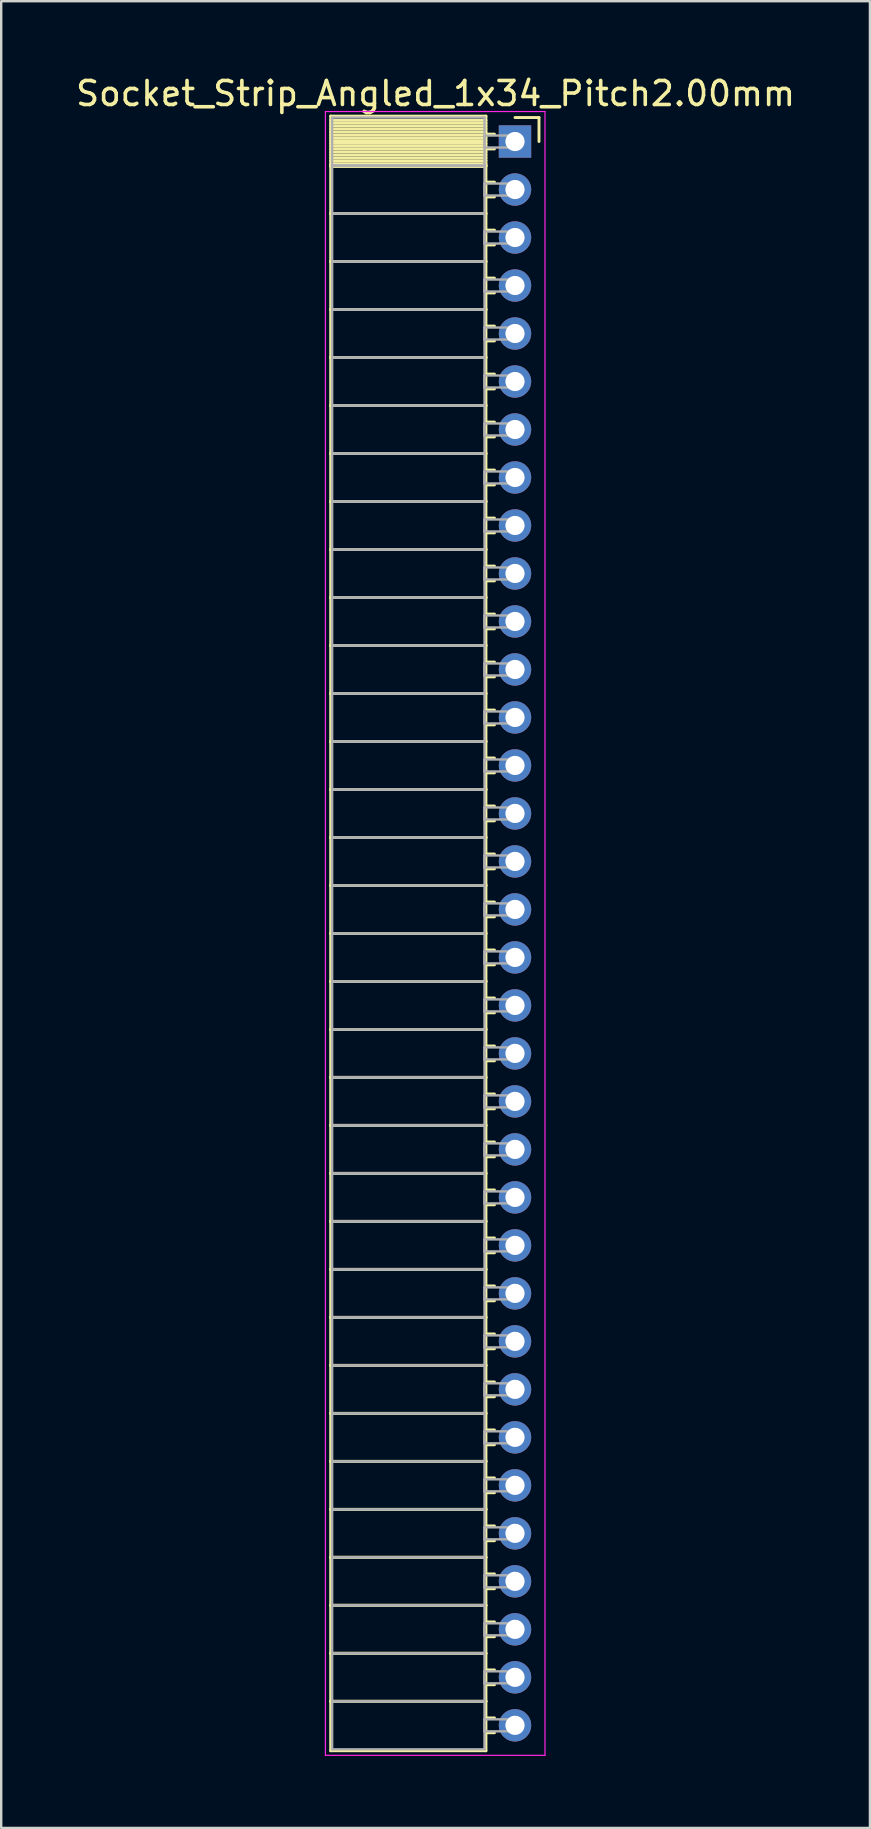
<source format=kicad_pcb>
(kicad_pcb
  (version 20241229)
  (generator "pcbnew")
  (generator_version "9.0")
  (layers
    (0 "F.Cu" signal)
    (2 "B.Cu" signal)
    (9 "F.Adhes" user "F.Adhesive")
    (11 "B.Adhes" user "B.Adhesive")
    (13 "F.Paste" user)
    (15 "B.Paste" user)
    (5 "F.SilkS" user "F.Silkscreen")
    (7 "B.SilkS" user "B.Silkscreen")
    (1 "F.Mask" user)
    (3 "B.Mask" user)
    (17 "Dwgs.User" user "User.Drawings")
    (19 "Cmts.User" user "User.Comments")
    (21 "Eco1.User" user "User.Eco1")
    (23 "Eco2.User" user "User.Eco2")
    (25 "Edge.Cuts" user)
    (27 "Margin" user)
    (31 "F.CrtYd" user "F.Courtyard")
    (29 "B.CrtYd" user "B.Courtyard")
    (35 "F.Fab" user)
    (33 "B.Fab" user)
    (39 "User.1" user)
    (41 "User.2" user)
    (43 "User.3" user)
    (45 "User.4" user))
  (footprint "Socket_Strip_Angled_1x34_Pitch2.00mm"
    (layer "F.Cu")
    (at 18.411 2.848)
    (property "Reference" "Socket_Strip_Angled_1x34_Pitch2.00mm" (at -3.31 -2 0) (layer "F.SilkS") (effects (font (size 1 1) (thickness 0.15))))
    (attr through_hole)
    (fp_line (start -7.68 -1.06) (end -1.21 -1.06) (stroke (width 0.12) (type solid)) (layer "F.SilkS"))
    (fp_line (start -7.68 1) (end -7.68 -1.06) (stroke (width 0.12) (type solid)) (layer "F.SilkS"))
    (fp_line (start -7.68 1) (end -1.21 1) (stroke (width 0.12) (type solid)) (layer "F.SilkS"))
    (fp_line (start -7.68 3) (end -7.68 1) (stroke (width 0.12) (type solid)) (layer "F.SilkS"))
    (fp_line (start -7.68 3) (end -1.21 3) (stroke (width 0.12) (type solid)) (layer "F.SilkS"))
    (fp_line (start -7.68 5) (end -7.68 3) (stroke (width 0.12) (type solid)) (layer "F.SilkS"))
    (fp_line (start -7.68 5) (end -1.21 5) (stroke (width 0.12) (type solid)) (layer "F.SilkS"))
    (fp_line (start -7.68 7) (end -7.68 5) (stroke (width 0.12) (type solid)) (layer "F.SilkS"))
    (fp_line (start -7.68 7) (end -1.21 7) (stroke (width 0.12) (type solid)) (layer "F.SilkS"))
    (fp_line (start -7.68 9) (end -7.68 7) (stroke (width 0.12) (type solid)) (layer "F.SilkS"))
    (fp_line (start -7.68 9) (end -1.21 9) (stroke (width 0.12) (type solid)) (layer "F.SilkS"))
    (fp_line (start -7.68 11) (end -7.68 9) (stroke (width 0.12) (type solid)) (layer "F.SilkS"))
    (fp_line (start -7.68 11) (end -1.21 11) (stroke (width 0.12) (type solid)) (layer "F.SilkS"))
    (fp_line (start -7.68 13) (end -7.68 11) (stroke (width 0.12) (type solid)) (layer "F.SilkS"))
    (fp_line (start -7.68 13) (end -1.21 13) (stroke (width 0.12) (type solid)) (layer "F.SilkS"))
    (fp_line (start -7.68 15) (end -7.68 13) (stroke (width 0.12) (type solid)) (layer "F.SilkS"))
    (fp_line (start -7.68 15) (end -1.21 15) (stroke (width 0.12) (type solid)) (layer "F.SilkS"))
    (fp_line (start -7.68 17) (end -7.68 15) (stroke (width 0.12) (type solid)) (layer "F.SilkS"))
    (fp_line (start -7.68 17) (end -1.21 17) (stroke (width 0.12) (type solid)) (layer "F.SilkS"))
    (fp_line (start -7.68 19) (end -7.68 17) (stroke (width 0.12) (type solid)) (layer "F.SilkS"))
    (fp_line (start -7.68 19) (end -1.21 19) (stroke (width 0.12) (type solid)) (layer "F.SilkS"))
    (fp_line (start -7.68 21) (end -7.68 19) (stroke (width 0.12) (type solid)) (layer "F.SilkS"))
    (fp_line (start -7.68 21) (end -1.21 21) (stroke (width 0.12) (type solid)) (layer "F.SilkS"))
    (fp_line (start -7.68 23) (end -7.68 21) (stroke (width 0.12) (type solid)) (layer "F.SilkS"))
    (fp_line (start -7.68 23) (end -1.21 23) (stroke (width 0.12) (type solid)) (layer "F.SilkS"))
    (fp_line (start -7.68 25) (end -7.68 23) (stroke (width 0.12) (type solid)) (layer "F.SilkS"))
    (fp_line (start -7.68 25) (end -1.21 25) (stroke (width 0.12) (type solid)) (layer "F.SilkS"))
    (fp_line (start -7.68 27) (end -7.68 25) (stroke (width 0.12) (type solid)) (layer "F.SilkS"))
    (fp_line (start -7.68 27) (end -1.21 27) (stroke (width 0.12) (type solid)) (layer "F.SilkS"))
    (fp_line (start -7.68 29) (end -7.68 27) (stroke (width 0.12) (type solid)) (layer "F.SilkS"))
    (fp_line (start -7.68 29) (end -1.21 29) (stroke (width 0.12) (type solid)) (layer "F.SilkS"))
    (fp_line (start -7.68 31) (end -7.68 29) (stroke (width 0.12) (type solid)) (layer "F.SilkS"))
    (fp_line (start -7.68 31) (end -1.21 31) (stroke (width 0.12) (type solid)) (layer "F.SilkS"))
    (fp_line (start -7.68 33) (end -7.68 31) (stroke (width 0.12) (type solid)) (layer "F.SilkS"))
    (fp_line (start -7.68 33) (end -1.21 33) (stroke (width 0.12) (type solid)) (layer "F.SilkS"))
    (fp_line (start -7.68 35) (end -7.68 33) (stroke (width 0.12) (type solid)) (layer "F.SilkS"))
    (fp_line (start -7.68 35) (end -1.21 35) (stroke (width 0.12) (type solid)) (layer "F.SilkS"))
    (fp_line (start -7.68 37) (end -7.68 35) (stroke (width 0.12) (type solid)) (layer "F.SilkS"))
    (fp_line (start -7.68 37) (end -1.21 37) (stroke (width 0.12) (type solid)) (layer "F.SilkS"))
    (fp_line (start -7.68 39) (end -7.68 37) (stroke (width 0.12) (type solid)) (layer "F.SilkS"))
    (fp_line (start -7.68 39) (end -1.21 39) (stroke (width 0.12) (type solid)) (layer "F.SilkS"))
    (fp_line (start -7.68 41) (end -7.68 39) (stroke (width 0.12) (type solid)) (layer "F.SilkS"))
    (fp_line (start -7.68 41) (end -1.21 41) (stroke (width 0.12) (type solid)) (layer "F.SilkS"))
    (fp_line (start -7.68 43) (end -7.68 41) (stroke (width 0.12) (type solid)) (layer "F.SilkS"))
    (fp_line (start -7.68 43) (end -1.21 43) (stroke (width 0.12) (type solid)) (layer "F.SilkS"))
    (fp_line (start -7.68 45) (end -7.68 43) (stroke (width 0.12) (type solid)) (layer "F.SilkS"))
    (fp_line (start -7.68 45) (end -1.21 45) (stroke (width 0.12) (type solid)) (layer "F.SilkS"))
    (fp_line (start -7.68 47) (end -7.68 45) (stroke (width 0.12) (type solid)) (layer "F.SilkS"))
    (fp_line (start -7.68 47) (end -1.21 47) (stroke (width 0.12) (type solid)) (layer "F.SilkS"))
    (fp_line (start -7.68 49) (end -7.68 47) (stroke (width 0.12) (type solid)) (layer "F.SilkS"))
    (fp_line (start -7.68 49) (end -1.21 49) (stroke (width 0.12) (type solid)) (layer "F.SilkS"))
    (fp_line (start -7.68 51) (end -7.68 49) (stroke (width 0.12) (type solid)) (layer "F.SilkS"))
    (fp_line (start -7.68 51) (end -1.21 51) (stroke (width 0.12) (type solid)) (layer "F.SilkS"))
    (fp_line (start -7.68 53) (end -7.68 51) (stroke (width 0.12) (type solid)) (layer "F.SilkS"))
    (fp_line (start -7.68 53) (end -1.21 53) (stroke (width 0.12) (type solid)) (layer "F.SilkS"))
    (fp_line (start -7.68 55) (end -7.68 53) (stroke (width 0.12) (type solid)) (layer "F.SilkS"))
    (fp_line (start -7.68 55) (end -1.21 55) (stroke (width 0.12) (type solid)) (layer "F.SilkS"))
    (fp_line (start -7.68 57) (end -7.68 55) (stroke (width 0.12) (type solid)) (layer "F.SilkS"))
    (fp_line (start -7.68 57) (end -1.21 57) (stroke (width 0.12) (type solid)) (layer "F.SilkS"))
    (fp_line (start -7.68 59) (end -7.68 57) (stroke (width 0.12) (type solid)) (layer "F.SilkS"))
    (fp_line (start -7.68 59) (end -1.21 59) (stroke (width 0.12) (type solid)) (layer "F.SilkS"))
    (fp_line (start -7.68 61) (end -7.68 59) (stroke (width 0.12) (type solid)) (layer "F.SilkS"))
    (fp_line (start -7.68 61) (end -1.21 61) (stroke (width 0.12) (type solid)) (layer "F.SilkS"))
    (fp_line (start -7.68 63) (end -7.68 61) (stroke (width 0.12) (type solid)) (layer "F.SilkS"))
    (fp_line (start -7.68 63) (end -1.21 63) (stroke (width 0.12) (type solid)) (layer "F.SilkS"))
    (fp_line (start -7.68 65) (end -7.68 63) (stroke (width 0.12) (type solid)) (layer "F.SilkS"))
    (fp_line (start -7.68 65) (end -1.21 65) (stroke (width 0.12) (type solid)) (layer "F.SilkS"))
    (fp_line (start -7.68 67.06) (end -7.68 65) (stroke (width 0.12) (type solid)) (layer "F.SilkS"))
    (fp_line (start -1.21 -1.06) (end -1.21 1) (stroke (width 0.12) (type solid)) (layer "F.SilkS"))
    (fp_line (start -1.21 -0.88) (end -7.68 -0.88) (stroke (width 0.12) (type solid)) (layer "F.SilkS"))
    (fp_line (start -1.21 -0.76) (end -7.68 -0.76) (stroke (width 0.12) (type solid)) (layer "F.SilkS"))
    (fp_line (start -1.21 -0.64) (end -7.68 -0.64) (stroke (width 0.12) (type solid)) (layer "F.SilkS"))
    (fp_line (start -1.21 -0.52) (end -7.68 -0.52) (stroke (width 0.12) (type solid)) (layer "F.SilkS"))
    (fp_line (start -1.21 -0.4) (end -7.68 -0.4) (stroke (width 0.12) (type solid)) (layer "F.SilkS"))
    (fp_line (start -1.21 -0.28) (end -7.68 -0.28) (stroke (width 0.12) (type solid)) (layer "F.SilkS"))
    (fp_line (start -1.21 -0.16) (end -7.68 -0.16) (stroke (width 0.12) (type solid)) (layer "F.SilkS"))
    (fp_line (start -1.21 -0.04) (end -7.68 -0.04) (stroke (width 0.12) (type solid)) (layer "F.SilkS"))
    (fp_line (start -1.21 0.08) (end -7.68 0.08) (stroke (width 0.12) (type solid)) (layer "F.SilkS"))
    (fp_line (start -1.21 0.2) (end -7.68 0.2) (stroke (width 0.12) (type solid)) (layer "F.SilkS"))
    (fp_line (start -1.21 0.32) (end -7.68 0.32) (stroke (width 0.12) (type solid)) (layer "F.SilkS"))
    (fp_line (start -1.21 0.44) (end -7.68 0.44) (stroke (width 0.12) (type solid)) (layer "F.SilkS"))
    (fp_line (start -1.21 0.56) (end -7.68 0.56) (stroke (width 0.12) (type solid)) (layer "F.SilkS"))
    (fp_line (start -1.21 0.68) (end -7.68 0.68) (stroke (width 0.12) (type solid)) (layer "F.SilkS"))
    (fp_line (start -1.21 0.8) (end -7.68 0.8) (stroke (width 0.12) (type solid)) (layer "F.SilkS"))
    (fp_line (start -1.21 0.92) (end -7.68 0.92) (stroke (width 0.12) (type solid)) (layer "F.SilkS"))
    (fp_line (start -1.21 1) (end -7.68 1) (stroke (width 0.12) (type solid)) (layer "F.SilkS"))
    (fp_line (start -1.21 1) (end -1.21 3) (stroke (width 0.12) (type solid)) (layer "F.SilkS"))
    (fp_line (start -1.21 1.04) (end -7.68 1.04) (stroke (width 0.12) (type solid)) (layer "F.SilkS"))
    (fp_line (start -1.21 3) (end -7.68 3) (stroke (width 0.12) (type solid)) (layer "F.SilkS"))
    (fp_line (start -1.21 3) (end -1.21 5) (stroke (width 0.12) (type solid)) (layer "F.SilkS"))
    (fp_line (start -1.21 5) (end -7.68 5) (stroke (width 0.12) (type solid)) (layer "F.SilkS"))
    (fp_line (start -1.21 5) (end -1.21 7) (stroke (width 0.12) (type solid)) (layer "F.SilkS"))
    (fp_line (start -1.21 7) (end -7.68 7) (stroke (width 0.12) (type solid)) (layer "F.SilkS"))
    (fp_line (start -1.21 7) (end -1.21 9) (stroke (width 0.12) (type solid)) (layer "F.SilkS"))
    (fp_line (start -1.21 9) (end -7.68 9) (stroke (width 0.12) (type solid)) (layer "F.SilkS"))
    (fp_line (start -1.21 9) (end -1.21 11) (stroke (width 0.12) (type solid)) (layer "F.SilkS"))
    (fp_line (start -1.21 11) (end -7.68 11) (stroke (width 0.12) (type solid)) (layer "F.SilkS"))
    (fp_line (start -1.21 11) (end -1.21 13) (stroke (width 0.12) (type solid)) (layer "F.SilkS"))
    (fp_line (start -1.21 13) (end -7.68 13) (stroke (width 0.12) (type solid)) (layer "F.SilkS"))
    (fp_line (start -1.21 13) (end -1.21 15) (stroke (width 0.12) (type solid)) (layer "F.SilkS"))
    (fp_line (start -1.21 15) (end -7.68 15) (stroke (width 0.12) (type solid)) (layer "F.SilkS"))
    (fp_line (start -1.21 15) (end -1.21 17) (stroke (width 0.12) (type solid)) (layer "F.SilkS"))
    (fp_line (start -1.21 17) (end -7.68 17) (stroke (width 0.12) (type solid)) (layer "F.SilkS"))
    (fp_line (start -1.21 17) (end -1.21 19) (stroke (width 0.12) (type solid)) (layer "F.SilkS"))
    (fp_line (start -1.21 19) (end -7.68 19) (stroke (width 0.12) (type solid)) (layer "F.SilkS"))
    (fp_line (start -1.21 19) (end -1.21 21) (stroke (width 0.12) (type solid)) (layer "F.SilkS"))
    (fp_line (start -1.21 21) (end -7.68 21) (stroke (width 0.12) (type solid)) (layer "F.SilkS"))
    (fp_line (start -1.21 21) (end -1.21 23) (stroke (width 0.12) (type solid)) (layer "F.SilkS"))
    (fp_line (start -1.21 23) (end -7.68 23) (stroke (width 0.12) (type solid)) (layer "F.SilkS"))
    (fp_line (start -1.21 23) (end -1.21 25) (stroke (width 0.12) (type solid)) (layer "F.SilkS"))
    (fp_line (start -1.21 25) (end -7.68 25) (stroke (width 0.12) (type solid)) (layer "F.SilkS"))
    (fp_line (start -1.21 25) (end -1.21 27) (stroke (width 0.12) (type solid)) (layer "F.SilkS"))
    (fp_line (start -1.21 27) (end -7.68 27) (stroke (width 0.12) (type solid)) (layer "F.SilkS"))
    (fp_line (start -1.21 27) (end -1.21 29) (stroke (width 0.12) (type solid)) (layer "F.SilkS"))
    (fp_line (start -1.21 29) (end -7.68 29) (stroke (width 0.12) (type solid)) (layer "F.SilkS"))
    (fp_line (start -1.21 29) (end -1.21 31) (stroke (width 0.12) (type solid)) (layer "F.SilkS"))
    (fp_line (start -1.21 31) (end -7.68 31) (stroke (width 0.12) (type solid)) (layer "F.SilkS"))
    (fp_line (start -1.21 31) (end -1.21 33) (stroke (width 0.12) (type solid)) (layer "F.SilkS"))
    (fp_line (start -1.21 33) (end -7.68 33) (stroke (width 0.12) (type solid)) (layer "F.SilkS"))
    (fp_line (start -1.21 33) (end -1.21 35) (stroke (width 0.12) (type solid)) (layer "F.SilkS"))
    (fp_line (start -1.21 35) (end -7.68 35) (stroke (width 0.12) (type solid)) (layer "F.SilkS"))
    (fp_line (start -1.21 35) (end -1.21 37) (stroke (width 0.12) (type solid)) (layer "F.SilkS"))
    (fp_line (start -1.21 37) (end -7.68 37) (stroke (width 0.12) (type solid)) (layer "F.SilkS"))
    (fp_line (start -1.21 37) (end -1.21 39) (stroke (width 0.12) (type solid)) (layer "F.SilkS"))
    (fp_line (start -1.21 39) (end -7.68 39) (stroke (width 0.12) (type solid)) (layer "F.SilkS"))
    (fp_line (start -1.21 39) (end -1.21 41) (stroke (width 0.12) (type solid)) (layer "F.SilkS"))
    (fp_line (start -1.21 41) (end -7.68 41) (stroke (width 0.12) (type solid)) (layer "F.SilkS"))
    (fp_line (start -1.21 41) (end -1.21 43) (stroke (width 0.12) (type solid)) (layer "F.SilkS"))
    (fp_line (start -1.21 43) (end -7.68 43) (stroke (width 0.12) (type solid)) (layer "F.SilkS"))
    (fp_line (start -1.21 43) (end -1.21 45) (stroke (width 0.12) (type solid)) (layer "F.SilkS"))
    (fp_line (start -1.21 45) (end -7.68 45) (stroke (width 0.12) (type solid)) (layer "F.SilkS"))
    (fp_line (start -1.21 45) (end -1.21 47) (stroke (width 0.12) (type solid)) (layer "F.SilkS"))
    (fp_line (start -1.21 47) (end -7.68 47) (stroke (width 0.12) (type solid)) (layer "F.SilkS"))
    (fp_line (start -1.21 47) (end -1.21 49) (stroke (width 0.12) (type solid)) (layer "F.SilkS"))
    (fp_line (start -1.21 49) (end -7.68 49) (stroke (width 0.12) (type solid)) (layer "F.SilkS"))
    (fp_line (start -1.21 49) (end -1.21 51) (stroke (width 0.12) (type solid)) (layer "F.SilkS"))
    (fp_line (start -1.21 51) (end -7.68 51) (stroke (width 0.12) (type solid)) (layer "F.SilkS"))
    (fp_line (start -1.21 51) (end -1.21 53) (stroke (width 0.12) (type solid)) (layer "F.SilkS"))
    (fp_line (start -1.21 53) (end -7.68 53) (stroke (width 0.12) (type solid)) (layer "F.SilkS"))
    (fp_line (start -1.21 53) (end -1.21 55) (stroke (width 0.12) (type solid)) (layer "F.SilkS"))
    (fp_line (start -1.21 55) (end -7.68 55) (stroke (width 0.12) (type solid)) (layer "F.SilkS"))
    (fp_line (start -1.21 55) (end -1.21 57) (stroke (width 0.12) (type solid)) (layer "F.SilkS"))
    (fp_line (start -1.21 57) (end -7.68 57) (stroke (width 0.12) (type solid)) (layer "F.SilkS"))
    (fp_line (start -1.21 57) (end -1.21 59) (stroke (width 0.12) (type solid)) (layer "F.SilkS"))
    (fp_line (start -1.21 59) (end -7.68 59) (stroke (width 0.12) (type solid)) (layer "F.SilkS"))
    (fp_line (start -1.21 59) (end -1.21 61) (stroke (width 0.12) (type solid)) (layer "F.SilkS"))
    (fp_line (start -1.21 61) (end -7.68 61) (stroke (width 0.12) (type solid)) (layer "F.SilkS"))
    (fp_line (start -1.21 61) (end -1.21 63) (stroke (width 0.12) (type solid)) (layer "F.SilkS"))
    (fp_line (start -1.21 63) (end -7.68 63) (stroke (width 0.12) (type solid)) (layer "F.SilkS"))
    (fp_line (start -1.21 63) (end -1.21 65) (stroke (width 0.12) (type solid)) (layer "F.SilkS"))
    (fp_line (start -1.21 65) (end -7.68 65) (stroke (width 0.12) (type solid)) (layer "F.SilkS"))
    (fp_line (start -1.21 65) (end -1.21 67.06) (stroke (width 0.12) (type solid)) (layer "F.SilkS"))
    (fp_line (start -1.21 67.06) (end -7.68 67.06) (stroke (width 0.12) (type solid)) (layer "F.SilkS"))
    (fp_line (start -0.855 -0.31) (end -1.21 -0.31) (stroke (width 0.12) (type solid)) (layer "F.SilkS"))
    (fp_line (start -0.855 0.31) (end -1.21 0.31) (stroke (width 0.12) (type solid)) (layer "F.SilkS"))
    (fp_line (start -0.855 1.69) (end -1.21 1.69) (stroke (width 0.12) (type solid)) (layer "F.SilkS"))
    (fp_line (start -0.855 2.31) (end -1.21 2.31) (stroke (width 0.12) (type solid)) (layer "F.SilkS"))
    (fp_line (start -0.855 3.69) (end -1.21 3.69) (stroke (width 0.12) (type solid)) (layer "F.SilkS"))
    (fp_line (start -0.855 4.31) (end -1.21 4.31) (stroke (width 0.12) (type solid)) (layer "F.SilkS"))
    (fp_line (start -0.855 5.69) (end -1.21 5.69) (stroke (width 0.12) (type solid)) (layer "F.SilkS"))
    (fp_line (start -0.855 6.31) (end -1.21 6.31) (stroke (width 0.12) (type solid)) (layer "F.SilkS"))
    (fp_line (start -0.855 7.69) (end -1.21 7.69) (stroke (width 0.12) (type solid)) (layer "F.SilkS"))
    (fp_line (start -0.855 8.31) (end -1.21 8.31) (stroke (width 0.12) (type solid)) (layer "F.SilkS"))
    (fp_line (start -0.855 9.69) (end -1.21 9.69) (stroke (width 0.12) (type solid)) (layer "F.SilkS"))
    (fp_line (start -0.855 10.31) (end -1.21 10.31) (stroke (width 0.12) (type solid)) (layer "F.SilkS"))
    (fp_line (start -0.855 11.69) (end -1.21 11.69) (stroke (width 0.12) (type solid)) (layer "F.SilkS"))
    (fp_line (start -0.855 12.31) (end -1.21 12.31) (stroke (width 0.12) (type solid)) (layer "F.SilkS"))
    (fp_line (start -0.855 13.69) (end -1.21 13.69) (stroke (width 0.12) (type solid)) (layer "F.SilkS"))
    (fp_line (start -0.855 14.31) (end -1.21 14.31) (stroke (width 0.12) (type solid)) (layer "F.SilkS"))
    (fp_line (start -0.855 15.69) (end -1.21 15.69) (stroke (width 0.12) (type solid)) (layer "F.SilkS"))
    (fp_line (start -0.855 16.31) (end -1.21 16.31) (stroke (width 0.12) (type solid)) (layer "F.SilkS"))
    (fp_line (start -0.855 17.69) (end -1.21 17.69) (stroke (width 0.12) (type solid)) (layer "F.SilkS"))
    (fp_line (start -0.855 18.31) (end -1.21 18.31) (stroke (width 0.12) (type solid)) (layer "F.SilkS"))
    (fp_line (start -0.855 19.69) (end -1.21 19.69) (stroke (width 0.12) (type solid)) (layer "F.SilkS"))
    (fp_line (start -0.855 20.31) (end -1.21 20.31) (stroke (width 0.12) (type solid)) (layer "F.SilkS"))
    (fp_line (start -0.855 21.69) (end -1.21 21.69) (stroke (width 0.12) (type solid)) (layer "F.SilkS"))
    (fp_line (start -0.855 22.31) (end -1.21 22.31) (stroke (width 0.12) (type solid)) (layer "F.SilkS"))
    (fp_line (start -0.855 23.69) (end -1.21 23.69) (stroke (width 0.12) (type solid)) (layer "F.SilkS"))
    (fp_line (start -0.855 24.31) (end -1.21 24.31) (stroke (width 0.12) (type solid)) (layer "F.SilkS"))
    (fp_line (start -0.855 25.69) (end -1.21 25.69) (stroke (width 0.12) (type solid)) (layer "F.SilkS"))
    (fp_line (start -0.855 26.31) (end -1.21 26.31) (stroke (width 0.12) (type solid)) (layer "F.SilkS"))
    (fp_line (start -0.855 27.69) (end -1.21 27.69) (stroke (width 0.12) (type solid)) (layer "F.SilkS"))
    (fp_line (start -0.855 28.31) (end -1.21 28.31) (stroke (width 0.12) (type solid)) (layer "F.SilkS"))
    (fp_line (start -0.855 29.69) (end -1.21 29.69) (stroke (width 0.12) (type solid)) (layer "F.SilkS"))
    (fp_line (start -0.855 30.31) (end -1.21 30.31) (stroke (width 0.12) (type solid)) (layer "F.SilkS"))
    (fp_line (start -0.855 31.69) (end -1.21 31.69) (stroke (width 0.12) (type solid)) (layer "F.SilkS"))
    (fp_line (start -0.855 32.31) (end -1.21 32.31) (stroke (width 0.12) (type solid)) (layer "F.SilkS"))
    (fp_line (start -0.855 33.69) (end -1.21 33.69) (stroke (width 0.12) (type solid)) (layer "F.SilkS"))
    (fp_line (start -0.855 34.31) (end -1.21 34.31) (stroke (width 0.12) (type solid)) (layer "F.SilkS"))
    (fp_line (start -0.855 35.69) (end -1.21 35.69) (stroke (width 0.12) (type solid)) (layer "F.SilkS"))
    (fp_line (start -0.855 36.31) (end -1.21 36.31) (stroke (width 0.12) (type solid)) (layer "F.SilkS"))
    (fp_line (start -0.855 37.69) (end -1.21 37.69) (stroke (width 0.12) (type solid)) (layer "F.SilkS"))
    (fp_line (start -0.855 38.31) (end -1.21 38.31) (stroke (width 0.12) (type solid)) (layer "F.SilkS"))
    (fp_line (start -0.855 39.69) (end -1.21 39.69) (stroke (width 0.12) (type solid)) (layer "F.SilkS"))
    (fp_line (start -0.855 40.31) (end -1.21 40.31) (stroke (width 0.12) (type solid)) (layer "F.SilkS"))
    (fp_line (start -0.855 41.69) (end -1.21 41.69) (stroke (width 0.12) (type solid)) (layer "F.SilkS"))
    (fp_line (start -0.855 42.31) (end -1.21 42.31) (stroke (width 0.12) (type solid)) (layer "F.SilkS"))
    (fp_line (start -0.855 43.69) (end -1.21 43.69) (stroke (width 0.12) (type solid)) (layer "F.SilkS"))
    (fp_line (start -0.855 44.31) (end -1.21 44.31) (stroke (width 0.12) (type solid)) (layer "F.SilkS"))
    (fp_line (start -0.855 45.69) (end -1.21 45.69) (stroke (width 0.12) (type solid)) (layer "F.SilkS"))
    (fp_line (start -0.855 46.31) (end -1.21 46.31) (stroke (width 0.12) (type solid)) (layer "F.SilkS"))
    (fp_line (start -0.855 47.69) (end -1.21 47.69) (stroke (width 0.12) (type solid)) (layer "F.SilkS"))
    (fp_line (start -0.855 48.31) (end -1.21 48.31) (stroke (width 0.12) (type solid)) (layer "F.SilkS"))
    (fp_line (start -0.855 49.69) (end -1.21 49.69) (stroke (width 0.12) (type solid)) (layer "F.SilkS"))
    (fp_line (start -0.855 50.31) (end -1.21 50.31) (stroke (width 0.12) (type solid)) (layer "F.SilkS"))
    (fp_line (start -0.855 51.69) (end -1.21 51.69) (stroke (width 0.12) (type solid)) (layer "F.SilkS"))
    (fp_line (start -0.855 52.31) (end -1.21 52.31) (stroke (width 0.12) (type solid)) (layer "F.SilkS"))
    (fp_line (start -0.855 53.69) (end -1.21 53.69) (stroke (width 0.12) (type solid)) (layer "F.SilkS"))
    (fp_line (start -0.855 54.31) (end -1.21 54.31) (stroke (width 0.12) (type solid)) (layer "F.SilkS"))
    (fp_line (start -0.855 55.69) (end -1.21 55.69) (stroke (width 0.12) (type solid)) (layer "F.SilkS"))
    (fp_line (start -0.855 56.31) (end -1.21 56.31) (stroke (width 0.12) (type solid)) (layer "F.SilkS"))
    (fp_line (start -0.855 57.69) (end -1.21 57.69) (stroke (width 0.12) (type solid)) (layer "F.SilkS"))
    (fp_line (start -0.855 58.31) (end -1.21 58.31) (stroke (width 0.12) (type solid)) (layer "F.SilkS"))
    (fp_line (start -0.855 59.69) (end -1.21 59.69) (stroke (width 0.12) (type solid)) (layer "F.SilkS"))
    (fp_line (start -0.855 60.31) (end -1.21 60.31) (stroke (width 0.12) (type solid)) (layer "F.SilkS"))
    (fp_line (start -0.855 61.69) (end -1.21 61.69) (stroke (width 0.12) (type solid)) (layer "F.SilkS"))
    (fp_line (start -0.855 62.31) (end -1.21 62.31) (stroke (width 0.12) (type solid)) (layer "F.SilkS"))
    (fp_line (start -0.855 63.69) (end -1.21 63.69) (stroke (width 0.12) (type solid)) (layer "F.SilkS"))
    (fp_line (start -0.855 64.31) (end -1.21 64.31) (stroke (width 0.12) (type solid)) (layer "F.SilkS"))
    (fp_line (start -0.855 65.69) (end -1.21 65.69) (stroke (width 0.12) (type solid)) (layer "F.SilkS"))
    (fp_line (start -0.855 66.31) (end -1.21 66.31) (stroke (width 0.12) (type solid)) (layer "F.SilkS"))
    (fp_line (start 0 -1) (end 1 -1) (stroke (width 0.12) (type solid)) (layer "F.SilkS"))
    (fp_line (start 1 -1) (end 1 0) (stroke (width 0.12) (type solid)) (layer "F.SilkS"))
    (fp_line (start -7.9 -1.25) (end 1.25 -1.25) (stroke (width 0.05) (type solid)) (layer "F.CrtYd"))
    (fp_line (start -7.9 67.25) (end -7.9 -1.25) (stroke (width 0.05) (type solid)) (layer "F.CrtYd"))
    (fp_line (start 1.25 -1.25) (end 1.25 67.25) (stroke (width 0.05) (type solid)) (layer "F.CrtYd"))
    (fp_line (start 1.25 67.25) (end -7.9 67.25) (stroke (width 0.05) (type solid)) (layer "F.CrtYd"))
    (fp_line (start -7.62 -1) (end -1.27 -1) (stroke (width 0.1) (type solid)) (layer "F.Fab"))
    (fp_line (start -7.62 1) (end -7.62 -1) (stroke (width 0.1) (type solid)) (layer "F.Fab"))
    (fp_line (start -7.62 1) (end -1.27 1) (stroke (width 0.1) (type solid)) (layer "F.Fab"))
    (fp_line (start -7.62 3) (end -7.62 1) (stroke (width 0.1) (type solid)) (layer "F.Fab"))
    (fp_line (start -7.62 3) (end -1.27 3) (stroke (width 0.1) (type solid)) (layer "F.Fab"))
    (fp_line (start -7.62 5) (end -7.62 3) (stroke (width 0.1) (type solid)) (layer "F.Fab"))
    (fp_line (start -7.62 5) (end -1.27 5) (stroke (width 0.1) (type solid)) (layer "F.Fab"))
    (fp_line (start -7.62 7) (end -7.62 5) (stroke (width 0.1) (type solid)) (layer "F.Fab"))
    (fp_line (start -7.62 7) (end -1.27 7) (stroke (width 0.1) (type solid)) (layer "F.Fab"))
    (fp_line (start -7.62 9) (end -7.62 7) (stroke (width 0.1) (type solid)) (layer "F.Fab"))
    (fp_line (start -7.62 9) (end -1.27 9) (stroke (width 0.1) (type solid)) (layer "F.Fab"))
    (fp_line (start -7.62 11) (end -7.62 9) (stroke (width 0.1) (type solid)) (layer "F.Fab"))
    (fp_line (start -7.62 11) (end -1.27 11) (stroke (width 0.1) (type solid)) (layer "F.Fab"))
    (fp_line (start -7.62 13) (end -7.62 11) (stroke (width 0.1) (type solid)) (layer "F.Fab"))
    (fp_line (start -7.62 13) (end -1.27 13) (stroke (width 0.1) (type solid)) (layer "F.Fab"))
    (fp_line (start -7.62 15) (end -7.62 13) (stroke (width 0.1) (type solid)) (layer "F.Fab"))
    (fp_line (start -7.62 15) (end -1.27 15) (stroke (width 0.1) (type solid)) (layer "F.Fab"))
    (fp_line (start -7.62 17) (end -7.62 15) (stroke (width 0.1) (type solid)) (layer "F.Fab"))
    (fp_line (start -7.62 17) (end -1.27 17) (stroke (width 0.1) (type solid)) (layer "F.Fab"))
    (fp_line (start -7.62 19) (end -7.62 17) (stroke (width 0.1) (type solid)) (layer "F.Fab"))
    (fp_line (start -7.62 19) (end -1.27 19) (stroke (width 0.1) (type solid)) (layer "F.Fab"))
    (fp_line (start -7.62 21) (end -7.62 19) (stroke (width 0.1) (type solid)) (layer "F.Fab"))
    (fp_line (start -7.62 21) (end -1.27 21) (stroke (width 0.1) (type solid)) (layer "F.Fab"))
    (fp_line (start -7.62 23) (end -7.62 21) (stroke (width 0.1) (type solid)) (layer "F.Fab"))
    (fp_line (start -7.62 23) (end -1.27 23) (stroke (width 0.1) (type solid)) (layer "F.Fab"))
    (fp_line (start -7.62 25) (end -7.62 23) (stroke (width 0.1) (type solid)) (layer "F.Fab"))
    (fp_line (start -7.62 25) (end -1.27 25) (stroke (width 0.1) (type solid)) (layer "F.Fab"))
    (fp_line (start -7.62 27) (end -7.62 25) (stroke (width 0.1) (type solid)) (layer "F.Fab"))
    (fp_line (start -7.62 27) (end -1.27 27) (stroke (width 0.1) (type solid)) (layer "F.Fab"))
    (fp_line (start -7.62 29) (end -7.62 27) (stroke (width 0.1) (type solid)) (layer "F.Fab"))
    (fp_line (start -7.62 29) (end -1.27 29) (stroke (width 0.1) (type solid)) (layer "F.Fab"))
    (fp_line (start -7.62 31) (end -7.62 29) (stroke (width 0.1) (type solid)) (layer "F.Fab"))
    (fp_line (start -7.62 31) (end -1.27 31) (stroke (width 0.1) (type solid)) (layer "F.Fab"))
    (fp_line (start -7.62 33) (end -7.62 31) (stroke (width 0.1) (type solid)) (layer "F.Fab"))
    (fp_line (start -7.62 33) (end -1.27 33) (stroke (width 0.1) (type solid)) (layer "F.Fab"))
    (fp_line (start -7.62 35) (end -7.62 33) (stroke (width 0.1) (type solid)) (layer "F.Fab"))
    (fp_line (start -7.62 35) (end -1.27 35) (stroke (width 0.1) (type solid)) (layer "F.Fab"))
    (fp_line (start -7.62 37) (end -7.62 35) (stroke (width 0.1) (type solid)) (layer "F.Fab"))
    (fp_line (start -7.62 37) (end -1.27 37) (stroke (width 0.1) (type solid)) (layer "F.Fab"))
    (fp_line (start -7.62 39) (end -7.62 37) (stroke (width 0.1) (type solid)) (layer "F.Fab"))
    (fp_line (start -7.62 39) (end -1.27 39) (stroke (width 0.1) (type solid)) (layer "F.Fab"))
    (fp_line (start -7.62 41) (end -7.62 39) (stroke (width 0.1) (type solid)) (layer "F.Fab"))
    (fp_line (start -7.62 41) (end -1.27 41) (stroke (width 0.1) (type solid)) (layer "F.Fab"))
    (fp_line (start -7.62 43) (end -7.62 41) (stroke (width 0.1) (type solid)) (layer "F.Fab"))
    (fp_line (start -7.62 43) (end -1.27 43) (stroke (width 0.1) (type solid)) (layer "F.Fab"))
    (fp_line (start -7.62 45) (end -7.62 43) (stroke (width 0.1) (type solid)) (layer "F.Fab"))
    (fp_line (start -7.62 45) (end -1.27 45) (stroke (width 0.1) (type solid)) (layer "F.Fab"))
    (fp_line (start -7.62 47) (end -7.62 45) (stroke (width 0.1) (type solid)) (layer "F.Fab"))
    (fp_line (start -7.62 47) (end -1.27 47) (stroke (width 0.1) (type solid)) (layer "F.Fab"))
    (fp_line (start -7.62 49) (end -7.62 47) (stroke (width 0.1) (type solid)) (layer "F.Fab"))
    (fp_line (start -7.62 49) (end -1.27 49) (stroke (width 0.1) (type solid)) (layer "F.Fab"))
    (fp_line (start -7.62 51) (end -7.62 49) (stroke (width 0.1) (type solid)) (layer "F.Fab"))
    (fp_line (start -7.62 51) (end -1.27 51) (stroke (width 0.1) (type solid)) (layer "F.Fab"))
    (fp_line (start -7.62 53) (end -7.62 51) (stroke (width 0.1) (type solid)) (layer "F.Fab"))
    (fp_line (start -7.62 53) (end -1.27 53) (stroke (width 0.1) (type solid)) (layer "F.Fab"))
    (fp_line (start -7.62 55) (end -7.62 53) (stroke (width 0.1) (type solid)) (layer "F.Fab"))
    (fp_line (start -7.62 55) (end -1.27 55) (stroke (width 0.1) (type solid)) (layer "F.Fab"))
    (fp_line (start -7.62 57) (end -7.62 55) (stroke (width 0.1) (type solid)) (layer "F.Fab"))
    (fp_line (start -7.62 57) (end -1.27 57) (stroke (width 0.1) (type solid)) (layer "F.Fab"))
    (fp_line (start -7.62 59) (end -7.62 57) (stroke (width 0.1) (type solid)) (layer "F.Fab"))
    (fp_line (start -7.62 59) (end -1.27 59) (stroke (width 0.1) (type solid)) (layer "F.Fab"))
    (fp_line (start -7.62 61) (end -7.62 59) (stroke (width 0.1) (type solid)) (layer "F.Fab"))
    (fp_line (start -7.62 61) (end -1.27 61) (stroke (width 0.1) (type solid)) (layer "F.Fab"))
    (fp_line (start -7.62 63) (end -7.62 61) (stroke (width 0.1) (type solid)) (layer "F.Fab"))
    (fp_line (start -7.62 63) (end -1.27 63) (stroke (width 0.1) (type solid)) (layer "F.Fab"))
    (fp_line (start -7.62 65) (end -7.62 63) (stroke (width 0.1) (type solid)) (layer "F.Fab"))
    (fp_line (start -7.62 65) (end -1.27 65) (stroke (width 0.1) (type solid)) (layer "F.Fab"))
    (fp_line (start -7.62 67) (end -7.62 65) (stroke (width 0.1) (type solid)) (layer "F.Fab"))
    (fp_line (start -1.27 -1) (end -1.27 1) (stroke (width 0.1) (type solid)) (layer "F.Fab"))
    (fp_line (start -1.27 -0.25) (end 0 -0.25) (stroke (width 0.1) (type solid)) (layer "F.Fab"))
    (fp_line (start -1.27 0.25) (end -1.27 -0.25) (stroke (width 0.1) (type solid)) (layer "F.Fab"))
    (fp_line (start -1.27 1) (end -7.62 1) (stroke (width 0.1) (type solid)) (layer "F.Fab"))
    (fp_line (start -1.27 1) (end -1.27 3) (stroke (width 0.1) (type solid)) (layer "F.Fab"))
    (fp_line (start -1.27 1.75) (end 0 1.75) (stroke (width 0.1) (type solid)) (layer "F.Fab"))
    (fp_line (start -1.27 2.25) (end -1.27 1.75) (stroke (width 0.1) (type solid)) (layer "F.Fab"))
    (fp_line (start -1.27 3) (end -7.62 3) (stroke (width 0.1) (type solid)) (layer "F.Fab"))
    (fp_line (start -1.27 3) (end -1.27 5) (stroke (width 0.1) (type solid)) (layer "F.Fab"))
    (fp_line (start -1.27 3.75) (end 0 3.75) (stroke (width 0.1) (type solid)) (layer "F.Fab"))
    (fp_line (start -1.27 4.25) (end -1.27 3.75) (stroke (width 0.1) (type solid)) (layer "F.Fab"))
    (fp_line (start -1.27 5) (end -7.62 5) (stroke (width 0.1) (type solid)) (layer "F.Fab"))
    (fp_line (start -1.27 5) (end -1.27 7) (stroke (width 0.1) (type solid)) (layer "F.Fab"))
    (fp_line (start -1.27 5.75) (end 0 5.75) (stroke (width 0.1) (type solid)) (layer "F.Fab"))
    (fp_line (start -1.27 6.25) (end -1.27 5.75) (stroke (width 0.1) (type solid)) (layer "F.Fab"))
    (fp_line (start -1.27 7) (end -7.62 7) (stroke (width 0.1) (type solid)) (layer "F.Fab"))
    (fp_line (start -1.27 7) (end -1.27 9) (stroke (width 0.1) (type solid)) (layer "F.Fab"))
    (fp_line (start -1.27 7.75) (end 0 7.75) (stroke (width 0.1) (type solid)) (layer "F.Fab"))
    (fp_line (start -1.27 8.25) (end -1.27 7.75) (stroke (width 0.1) (type solid)) (layer "F.Fab"))
    (fp_line (start -1.27 9) (end -7.62 9) (stroke (width 0.1) (type solid)) (layer "F.Fab"))
    (fp_line (start -1.27 9) (end -1.27 11) (stroke (width 0.1) (type solid)) (layer "F.Fab"))
    (fp_line (start -1.27 9.75) (end 0 9.75) (stroke (width 0.1) (type solid)) (layer "F.Fab"))
    (fp_line (start -1.27 10.25) (end -1.27 9.75) (stroke (width 0.1) (type solid)) (layer "F.Fab"))
    (fp_line (start -1.27 11) (end -7.62 11) (stroke (width 0.1) (type solid)) (layer "F.Fab"))
    (fp_line (start -1.27 11) (end -1.27 13) (stroke (width 0.1) (type solid)) (layer "F.Fab"))
    (fp_line (start -1.27 11.75) (end 0 11.75) (stroke (width 0.1) (type solid)) (layer "F.Fab"))
    (fp_line (start -1.27 12.25) (end -1.27 11.75) (stroke (width 0.1) (type solid)) (layer "F.Fab"))
    (fp_line (start -1.27 13) (end -7.62 13) (stroke (width 0.1) (type solid)) (layer "F.Fab"))
    (fp_line (start -1.27 13) (end -1.27 15) (stroke (width 0.1) (type solid)) (layer "F.Fab"))
    (fp_line (start -1.27 13.75) (end 0 13.75) (stroke (width 0.1) (type solid)) (layer "F.Fab"))
    (fp_line (start -1.27 14.25) (end -1.27 13.75) (stroke (width 0.1) (type solid)) (layer "F.Fab"))
    (fp_line (start -1.27 15) (end -7.62 15) (stroke (width 0.1) (type solid)) (layer "F.Fab"))
    (fp_line (start -1.27 15) (end -1.27 17) (stroke (width 0.1) (type solid)) (layer "F.Fab"))
    (fp_line (start -1.27 15.75) (end 0 15.75) (stroke (width 0.1) (type solid)) (layer "F.Fab"))
    (fp_line (start -1.27 16.25) (end -1.27 15.75) (stroke (width 0.1) (type solid)) (layer "F.Fab"))
    (fp_line (start -1.27 17) (end -7.62 17) (stroke (width 0.1) (type solid)) (layer "F.Fab"))
    (fp_line (start -1.27 17) (end -1.27 19) (stroke (width 0.1) (type solid)) (layer "F.Fab"))
    (fp_line (start -1.27 17.75) (end 0 17.75) (stroke (width 0.1) (type solid)) (layer "F.Fab"))
    (fp_line (start -1.27 18.25) (end -1.27 17.75) (stroke (width 0.1) (type solid)) (layer "F.Fab"))
    (fp_line (start -1.27 19) (end -7.62 19) (stroke (width 0.1) (type solid)) (layer "F.Fab"))
    (fp_line (start -1.27 19) (end -1.27 21) (stroke (width 0.1) (type solid)) (layer "F.Fab"))
    (fp_line (start -1.27 19.75) (end 0 19.75) (stroke (width 0.1) (type solid)) (layer "F.Fab"))
    (fp_line (start -1.27 20.25) (end -1.27 19.75) (stroke (width 0.1) (type solid)) (layer "F.Fab"))
    (fp_line (start -1.27 21) (end -7.62 21) (stroke (width 0.1) (type solid)) (layer "F.Fab"))
    (fp_line (start -1.27 21) (end -1.27 23) (stroke (width 0.1) (type solid)) (layer "F.Fab"))
    (fp_line (start -1.27 21.75) (end 0 21.75) (stroke (width 0.1) (type solid)) (layer "F.Fab"))
    (fp_line (start -1.27 22.25) (end -1.27 21.75) (stroke (width 0.1) (type solid)) (layer "F.Fab"))
    (fp_line (start -1.27 23) (end -7.62 23) (stroke (width 0.1) (type solid)) (layer "F.Fab"))
    (fp_line (start -1.27 23) (end -1.27 25) (stroke (width 0.1) (type solid)) (layer "F.Fab"))
    (fp_line (start -1.27 23.75) (end 0 23.75) (stroke (width 0.1) (type solid)) (layer "F.Fab"))
    (fp_line (start -1.27 24.25) (end -1.27 23.75) (stroke (width 0.1) (type solid)) (layer "F.Fab"))
    (fp_line (start -1.27 25) (end -7.62 25) (stroke (width 0.1) (type solid)) (layer "F.Fab"))
    (fp_line (start -1.27 25) (end -1.27 27) (stroke (width 0.1) (type solid)) (layer "F.Fab"))
    (fp_line (start -1.27 25.75) (end 0 25.75) (stroke (width 0.1) (type solid)) (layer "F.Fab"))
    (fp_line (start -1.27 26.25) (end -1.27 25.75) (stroke (width 0.1) (type solid)) (layer "F.Fab"))
    (fp_line (start -1.27 27) (end -7.62 27) (stroke (width 0.1) (type solid)) (layer "F.Fab"))
    (fp_line (start -1.27 27) (end -1.27 29) (stroke (width 0.1) (type solid)) (layer "F.Fab"))
    (fp_line (start -1.27 27.75) (end 0 27.75) (stroke (width 0.1) (type solid)) (layer "F.Fab"))
    (fp_line (start -1.27 28.25) (end -1.27 27.75) (stroke (width 0.1) (type solid)) (layer "F.Fab"))
    (fp_line (start -1.27 29) (end -7.62 29) (stroke (width 0.1) (type solid)) (layer "F.Fab"))
    (fp_line (start -1.27 29) (end -1.27 31) (stroke (width 0.1) (type solid)) (layer "F.Fab"))
    (fp_line (start -1.27 29.75) (end 0 29.75) (stroke (width 0.1) (type solid)) (layer "F.Fab"))
    (fp_line (start -1.27 30.25) (end -1.27 29.75) (stroke (width 0.1) (type solid)) (layer "F.Fab"))
    (fp_line (start -1.27 31) (end -7.62 31) (stroke (width 0.1) (type solid)) (layer "F.Fab"))
    (fp_line (start -1.27 31) (end -1.27 33) (stroke (width 0.1) (type solid)) (layer "F.Fab"))
    (fp_line (start -1.27 31.75) (end 0 31.75) (stroke (width 0.1) (type solid)) (layer "F.Fab"))
    (fp_line (start -1.27 32.25) (end -1.27 31.75) (stroke (width 0.1) (type solid)) (layer "F.Fab"))
    (fp_line (start -1.27 33) (end -7.62 33) (stroke (width 0.1) (type solid)) (layer "F.Fab"))
    (fp_line (start -1.27 33) (end -1.27 35) (stroke (width 0.1) (type solid)) (layer "F.Fab"))
    (fp_line (start -1.27 33.75) (end 0 33.75) (stroke (width 0.1) (type solid)) (layer "F.Fab"))
    (fp_line (start -1.27 34.25) (end -1.27 33.75) (stroke (width 0.1) (type solid)) (layer "F.Fab"))
    (fp_line (start -1.27 35) (end -7.62 35) (stroke (width 0.1) (type solid)) (layer "F.Fab"))
    (fp_line (start -1.27 35) (end -1.27 37) (stroke (width 0.1) (type solid)) (layer "F.Fab"))
    (fp_line (start -1.27 35.75) (end 0 35.75) (stroke (width 0.1) (type solid)) (layer "F.Fab"))
    (fp_line (start -1.27 36.25) (end -1.27 35.75) (stroke (width 0.1) (type solid)) (layer "F.Fab"))
    (fp_line (start -1.27 37) (end -7.62 37) (stroke (width 0.1) (type solid)) (layer "F.Fab"))
    (fp_line (start -1.27 37) (end -1.27 39) (stroke (width 0.1) (type solid)) (layer "F.Fab"))
    (fp_line (start -1.27 37.75) (end 0 37.75) (stroke (width 0.1) (type solid)) (layer "F.Fab"))
    (fp_line (start -1.27 38.25) (end -1.27 37.75) (stroke (width 0.1) (type solid)) (layer "F.Fab"))
    (fp_line (start -1.27 39) (end -7.62 39) (stroke (width 0.1) (type solid)) (layer "F.Fab"))
    (fp_line (start -1.27 39) (end -1.27 41) (stroke (width 0.1) (type solid)) (layer "F.Fab"))
    (fp_line (start -1.27 39.75) (end 0 39.75) (stroke (width 0.1) (type solid)) (layer "F.Fab"))
    (fp_line (start -1.27 40.25) (end -1.27 39.75) (stroke (width 0.1) (type solid)) (layer "F.Fab"))
    (fp_line (start -1.27 41) (end -7.62 41) (stroke (width 0.1) (type solid)) (layer "F.Fab"))
    (fp_line (start -1.27 41) (end -1.27 43) (stroke (width 0.1) (type solid)) (layer "F.Fab"))
    (fp_line (start -1.27 41.75) (end 0 41.75) (stroke (width 0.1) (type solid)) (layer "F.Fab"))
    (fp_line (start -1.27 42.25) (end -1.27 41.75) (stroke (width 0.1) (type solid)) (layer "F.Fab"))
    (fp_line (start -1.27 43) (end -7.62 43) (stroke (width 0.1) (type solid)) (layer "F.Fab"))
    (fp_line (start -1.27 43) (end -1.27 45) (stroke (width 0.1) (type solid)) (layer "F.Fab"))
    (fp_line (start -1.27 43.75) (end 0 43.75) (stroke (width 0.1) (type solid)) (layer "F.Fab"))
    (fp_line (start -1.27 44.25) (end -1.27 43.75) (stroke (width 0.1) (type solid)) (layer "F.Fab"))
    (fp_line (start -1.27 45) (end -7.62 45) (stroke (width 0.1) (type solid)) (layer "F.Fab"))
    (fp_line (start -1.27 45) (end -1.27 47) (stroke (width 0.1) (type solid)) (layer "F.Fab"))
    (fp_line (start -1.27 45.75) (end 0 45.75) (stroke (width 0.1) (type solid)) (layer "F.Fab"))
    (fp_line (start -1.27 46.25) (end -1.27 45.75) (stroke (width 0.1) (type solid)) (layer "F.Fab"))
    (fp_line (start -1.27 47) (end -7.62 47) (stroke (width 0.1) (type solid)) (layer "F.Fab"))
    (fp_line (start -1.27 47) (end -1.27 49) (stroke (width 0.1) (type solid)) (layer "F.Fab"))
    (fp_line (start -1.27 47.75) (end 0 47.75) (stroke (width 0.1) (type solid)) (layer "F.Fab"))
    (fp_line (start -1.27 48.25) (end -1.27 47.75) (stroke (width 0.1) (type solid)) (layer "F.Fab"))
    (fp_line (start -1.27 49) (end -7.62 49) (stroke (width 0.1) (type solid)) (layer "F.Fab"))
    (fp_line (start -1.27 49) (end -1.27 51) (stroke (width 0.1) (type solid)) (layer "F.Fab"))
    (fp_line (start -1.27 49.75) (end 0 49.75) (stroke (width 0.1) (type solid)) (layer "F.Fab"))
    (fp_line (start -1.27 50.25) (end -1.27 49.75) (stroke (width 0.1) (type solid)) (layer "F.Fab"))
    (fp_line (start -1.27 51) (end -7.62 51) (stroke (width 0.1) (type solid)) (layer "F.Fab"))
    (fp_line (start -1.27 51) (end -1.27 53) (stroke (width 0.1) (type solid)) (layer "F.Fab"))
    (fp_line (start -1.27 51.75) (end 0 51.75) (stroke (width 0.1) (type solid)) (layer "F.Fab"))
    (fp_line (start -1.27 52.25) (end -1.27 51.75) (stroke (width 0.1) (type solid)) (layer "F.Fab"))
    (fp_line (start -1.27 53) (end -7.62 53) (stroke (width 0.1) (type solid)) (layer "F.Fab"))
    (fp_line (start -1.27 53) (end -1.27 55) (stroke (width 0.1) (type solid)) (layer "F.Fab"))
    (fp_line (start -1.27 53.75) (end 0 53.75) (stroke (width 0.1) (type solid)) (layer "F.Fab"))
    (fp_line (start -1.27 54.25) (end -1.27 53.75) (stroke (width 0.1) (type solid)) (layer "F.Fab"))
    (fp_line (start -1.27 55) (end -7.62 55) (stroke (width 0.1) (type solid)) (layer "F.Fab"))
    (fp_line (start -1.27 55) (end -1.27 57) (stroke (width 0.1) (type solid)) (layer "F.Fab"))
    (fp_line (start -1.27 55.75) (end 0 55.75) (stroke (width 0.1) (type solid)) (layer "F.Fab"))
    (fp_line (start -1.27 56.25) (end -1.27 55.75) (stroke (width 0.1) (type solid)) (layer "F.Fab"))
    (fp_line (start -1.27 57) (end -7.62 57) (stroke (width 0.1) (type solid)) (layer "F.Fab"))
    (fp_line (start -1.27 57) (end -1.27 59) (stroke (width 0.1) (type solid)) (layer "F.Fab"))
    (fp_line (start -1.27 57.75) (end 0 57.75) (stroke (width 0.1) (type solid)) (layer "F.Fab"))
    (fp_line (start -1.27 58.25) (end -1.27 57.75) (stroke (width 0.1) (type solid)) (layer "F.Fab"))
    (fp_line (start -1.27 59) (end -7.62 59) (stroke (width 0.1) (type solid)) (layer "F.Fab"))
    (fp_line (start -1.27 59) (end -1.27 61) (stroke (width 0.1) (type solid)) (layer "F.Fab"))
    (fp_line (start -1.27 59.75) (end 0 59.75) (stroke (width 0.1) (type solid)) (layer "F.Fab"))
    (fp_line (start -1.27 60.25) (end -1.27 59.75) (stroke (width 0.1) (type solid)) (layer "F.Fab"))
    (fp_line (start -1.27 61) (end -7.62 61) (stroke (width 0.1) (type solid)) (layer "F.Fab"))
    (fp_line (start -1.27 61) (end -1.27 63) (stroke (width 0.1) (type solid)) (layer "F.Fab"))
    (fp_line (start -1.27 61.75) (end 0 61.75) (stroke (width 0.1) (type solid)) (layer "F.Fab"))
    (fp_line (start -1.27 62.25) (end -1.27 61.75) (stroke (width 0.1) (type solid)) (layer "F.Fab"))
    (fp_line (start -1.27 63) (end -7.62 63) (stroke (width 0.1) (type solid)) (layer "F.Fab"))
    (fp_line (start -1.27 63) (end -1.27 65) (stroke (width 0.1) (type solid)) (layer "F.Fab"))
    (fp_line (start -1.27 63.75) (end 0 63.75) (stroke (width 0.1) (type solid)) (layer "F.Fab"))
    (fp_line (start -1.27 64.25) (end -1.27 63.75) (stroke (width 0.1) (type solid)) (layer "F.Fab"))
    (fp_line (start -1.27 65) (end -7.62 65) (stroke (width 0.1) (type solid)) (layer "F.Fab"))
    (fp_line (start -1.27 65) (end -1.27 67) (stroke (width 0.1) (type solid)) (layer "F.Fab"))
    (fp_line (start -1.27 65.75) (end 0 65.75) (stroke (width 0.1) (type solid)) (layer "F.Fab"))
    (fp_line (start -1.27 66.25) (end -1.27 65.75) (stroke (width 0.1) (type solid)) (layer "F.Fab"))
    (fp_line (start -1.27 67) (end -7.62 67) (stroke (width 0.1) (type solid)) (layer "F.Fab"))
    (fp_line (start 0 -0.25) (end 0 0.25) (stroke (width 0.1) (type solid)) (layer "F.Fab"))
    (fp_line (start 0 0.25) (end -1.27 0.25) (stroke (width 0.1) (type solid)) (layer "F.Fab"))
    (fp_line (start 0 1.75) (end 0 2.25) (stroke (width 0.1) (type solid)) (layer "F.Fab"))
    (fp_line (start 0 2.25) (end -1.27 2.25) (stroke (width 0.1) (type solid)) (layer "F.Fab"))
    (fp_line (start 0 3.75) (end 0 4.25) (stroke (width 0.1) (type solid)) (layer "F.Fab"))
    (fp_line (start 0 4.25) (end -1.27 4.25) (stroke (width 0.1) (type solid)) (layer "F.Fab"))
    (fp_line (start 0 5.75) (end 0 6.25) (stroke (width 0.1) (type solid)) (layer "F.Fab"))
    (fp_line (start 0 6.25) (end -1.27 6.25) (stroke (width 0.1) (type solid)) (layer "F.Fab"))
    (fp_line (start 0 7.75) (end 0 8.25) (stroke (width 0.1) (type solid)) (layer "F.Fab"))
    (fp_line (start 0 8.25) (end -1.27 8.25) (stroke (width 0.1) (type solid)) (layer "F.Fab"))
    (fp_line (start 0 9.75) (end 0 10.25) (stroke (width 0.1) (type solid)) (layer "F.Fab"))
    (fp_line (start 0 10.25) (end -1.27 10.25) (stroke (width 0.1) (type solid)) (layer "F.Fab"))
    (fp_line (start 0 11.75) (end 0 12.25) (stroke (width 0.1) (type solid)) (layer "F.Fab"))
    (fp_line (start 0 12.25) (end -1.27 12.25) (stroke (width 0.1) (type solid)) (layer "F.Fab"))
    (fp_line (start 0 13.75) (end 0 14.25) (stroke (width 0.1) (type solid)) (layer "F.Fab"))
    (fp_line (start 0 14.25) (end -1.27 14.25) (stroke (width 0.1) (type solid)) (layer "F.Fab"))
    (fp_line (start 0 15.75) (end 0 16.25) (stroke (width 0.1) (type solid)) (layer "F.Fab"))
    (fp_line (start 0 16.25) (end -1.27 16.25) (stroke (width 0.1) (type solid)) (layer "F.Fab"))
    (fp_line (start 0 17.75) (end 0 18.25) (stroke (width 0.1) (type solid)) (layer "F.Fab"))
    (fp_line (start 0 18.25) (end -1.27 18.25) (stroke (width 0.1) (type solid)) (layer "F.Fab"))
    (fp_line (start 0 19.75) (end 0 20.25) (stroke (width 0.1) (type solid)) (layer "F.Fab"))
    (fp_line (start 0 20.25) (end -1.27 20.25) (stroke (width 0.1) (type solid)) (layer "F.Fab"))
    (fp_line (start 0 21.75) (end 0 22.25) (stroke (width 0.1) (type solid)) (layer "F.Fab"))
    (fp_line (start 0 22.25) (end -1.27 22.25) (stroke (width 0.1) (type solid)) (layer "F.Fab"))
    (fp_line (start 0 23.75) (end 0 24.25) (stroke (width 0.1) (type solid)) (layer "F.Fab"))
    (fp_line (start 0 24.25) (end -1.27 24.25) (stroke (width 0.1) (type solid)) (layer "F.Fab"))
    (fp_line (start 0 25.75) (end 0 26.25) (stroke (width 0.1) (type solid)) (layer "F.Fab"))
    (fp_line (start 0 26.25) (end -1.27 26.25) (stroke (width 0.1) (type solid)) (layer "F.Fab"))
    (fp_line (start 0 27.75) (end 0 28.25) (stroke (width 0.1) (type solid)) (layer "F.Fab"))
    (fp_line (start 0 28.25) (end -1.27 28.25) (stroke (width 0.1) (type solid)) (layer "F.Fab"))
    (fp_line (start 0 29.75) (end 0 30.25) (stroke (width 0.1) (type solid)) (layer "F.Fab"))
    (fp_line (start 0 30.25) (end -1.27 30.25) (stroke (width 0.1) (type solid)) (layer "F.Fab"))
    (fp_line (start 0 31.75) (end 0 32.25) (stroke (width 0.1) (type solid)) (layer "F.Fab"))
    (fp_line (start 0 32.25) (end -1.27 32.25) (stroke (width 0.1) (type solid)) (layer "F.Fab"))
    (fp_line (start 0 33.75) (end 0 34.25) (stroke (width 0.1) (type solid)) (layer "F.Fab"))
    (fp_line (start 0 34.25) (end -1.27 34.25) (stroke (width 0.1) (type solid)) (layer "F.Fab"))
    (fp_line (start 0 35.75) (end 0 36.25) (stroke (width 0.1) (type solid)) (layer "F.Fab"))
    (fp_line (start 0 36.25) (end -1.27 36.25) (stroke (width 0.1) (type solid)) (layer "F.Fab"))
    (fp_line (start 0 37.75) (end 0 38.25) (stroke (width 0.1) (type solid)) (layer "F.Fab"))
    (fp_line (start 0 38.25) (end -1.27 38.25) (stroke (width 0.1) (type solid)) (layer "F.Fab"))
    (fp_line (start 0 39.75) (end 0 40.25) (stroke (width 0.1) (type solid)) (layer "F.Fab"))
    (fp_line (start 0 40.25) (end -1.27 40.25) (stroke (width 0.1) (type solid)) (layer "F.Fab"))
    (fp_line (start 0 41.75) (end 0 42.25) (stroke (width 0.1) (type solid)) (layer "F.Fab"))
    (fp_line (start 0 42.25) (end -1.27 42.25) (stroke (width 0.1) (type solid)) (layer "F.Fab"))
    (fp_line (start 0 43.75) (end 0 44.25) (stroke (width 0.1) (type solid)) (layer "F.Fab"))
    (fp_line (start 0 44.25) (end -1.27 44.25) (stroke (width 0.1) (type solid)) (layer "F.Fab"))
    (fp_line (start 0 45.75) (end 0 46.25) (stroke (width 0.1) (type solid)) (layer "F.Fab"))
    (fp_line (start 0 46.25) (end -1.27 46.25) (stroke (width 0.1) (type solid)) (layer "F.Fab"))
    (fp_line (start 0 47.75) (end 0 48.25) (stroke (width 0.1) (type solid)) (layer "F.Fab"))
    (fp_line (start 0 48.25) (end -1.27 48.25) (stroke (width 0.1) (type solid)) (layer "F.Fab"))
    (fp_line (start 0 49.75) (end 0 50.25) (stroke (width 0.1) (type solid)) (layer "F.Fab"))
    (fp_line (start 0 50.25) (end -1.27 50.25) (stroke (width 0.1) (type solid)) (layer "F.Fab"))
    (fp_line (start 0 51.75) (end 0 52.25) (stroke (width 0.1) (type solid)) (layer "F.Fab"))
    (fp_line (start 0 52.25) (end -1.27 52.25) (stroke (width 0.1) (type solid)) (layer "F.Fab"))
    (fp_line (start 0 53.75) (end 0 54.25) (stroke (width 0.1) (type solid)) (layer "F.Fab"))
    (fp_line (start 0 54.25) (end -1.27 54.25) (stroke (width 0.1) (type solid)) (layer "F.Fab"))
    (fp_line (start 0 55.75) (end 0 56.25) (stroke (width 0.1) (type solid)) (layer "F.Fab"))
    (fp_line (start 0 56.25) (end -1.27 56.25) (stroke (width 0.1) (type solid)) (layer "F.Fab"))
    (fp_line (start 0 57.75) (end 0 58.25) (stroke (width 0.1) (type solid)) (layer "F.Fab"))
    (fp_line (start 0 58.25) (end -1.27 58.25) (stroke (width 0.1) (type solid)) (layer "F.Fab"))
    (fp_line (start 0 59.75) (end 0 60.25) (stroke (width 0.1) (type solid)) (layer "F.Fab"))
    (fp_line (start 0 60.25) (end -1.27 60.25) (stroke (width 0.1) (type solid)) (layer "F.Fab"))
    (fp_line (start 0 61.75) (end 0 62.25) (stroke (width 0.1) (type solid)) (layer "F.Fab"))
    (fp_line (start 0 62.25) (end -1.27 62.25) (stroke (width 0.1) (type solid)) (layer "F.Fab"))
    (fp_line (start 0 63.75) (end 0 64.25) (stroke (width 0.1) (type solid)) (layer "F.Fab"))
    (fp_line (start 0 64.25) (end -1.27 64.25) (stroke (width 0.1) (type solid)) (layer "F.Fab"))
    (fp_line (start 0 65.75) (end 0 66.25) (stroke (width 0.1) (type solid)) (layer "F.Fab"))
    (fp_line (start 0 66.25) (end -1.27 66.25) (stroke (width 0.1) (type solid)) (layer "F.Fab"))
    (pad "1" thru_hole rect (at 0 0) (size 1.35 1.35) (drill 0.8) (layers "*.Cu" "*.Mask"))
    (pad "2" thru_hole oval (at 0 2) (size 1.35 1.35) (drill 0.8) (layers "*.Cu" "*.Mask"))
    (pad "3" thru_hole oval (at 0 4) (size 1.35 1.35) (drill 0.8) (layers "*.Cu" "*.Mask"))
    (pad "4" thru_hole oval (at 0 6) (size 1.35 1.35) (drill 0.8) (layers "*.Cu" "*.Mask"))
    (pad "5" thru_hole oval (at 0 8) (size 1.35 1.35) (drill 0.8) (layers "*.Cu" "*.Mask"))
    (pad "6" thru_hole oval (at 0 10) (size 1.35 1.35) (drill 0.8) (layers "*.Cu" "*.Mask"))
    (pad "7" thru_hole oval (at 0 12) (size 1.35 1.35) (drill 0.8) (layers "*.Cu" "*.Mask"))
    (pad "8" thru_hole oval (at 0 14) (size 1.35 1.35) (drill 0.8) (layers "*.Cu" "*.Mask"))
    (pad "9" thru_hole oval (at 0 16) (size 1.35 1.35) (drill 0.8) (layers "*.Cu" "*.Mask"))
    (pad "10" thru_hole oval (at 0 18) (size 1.35 1.35) (drill 0.8) (layers "*.Cu" "*.Mask"))
    (pad "11" thru_hole oval (at 0 20) (size 1.35 1.35) (drill 0.8) (layers "*.Cu" "*.Mask"))
    (pad "12" thru_hole oval (at 0 22) (size 1.35 1.35) (drill 0.8) (layers "*.Cu" "*.Mask"))
    (pad "13" thru_hole oval (at 0 24) (size 1.35 1.35) (drill 0.8) (layers "*.Cu" "*.Mask"))
    (pad "14" thru_hole oval (at 0 26) (size 1.35 1.35) (drill 0.8) (layers "*.Cu" "*.Mask"))
    (pad "15" thru_hole oval (at 0 28) (size 1.35 1.35) (drill 0.8) (layers "*.Cu" "*.Mask"))
    (pad "16" thru_hole oval (at 0 30) (size 1.35 1.35) (drill 0.8) (layers "*.Cu" "*.Mask"))
    (pad "17" thru_hole oval (at 0 32) (size 1.35 1.35) (drill 0.8) (layers "*.Cu" "*.Mask"))
    (pad "18" thru_hole oval (at 0 34) (size 1.35 1.35) (drill 0.8) (layers "*.Cu" "*.Mask"))
    (pad "19" thru_hole oval (at 0 36) (size 1.35 1.35) (drill 0.8) (layers "*.Cu" "*.Mask"))
    (pad "20" thru_hole oval (at 0 38) (size 1.35 1.35) (drill 0.8) (layers "*.Cu" "*.Mask"))
    (pad "21" thru_hole oval (at 0 40) (size 1.35 1.35) (drill 0.8) (layers "*.Cu" "*.Mask"))
    (pad "22" thru_hole oval (at 0 42) (size 1.35 1.35) (drill 0.8) (layers "*.Cu" "*.Mask"))
    (pad "23" thru_hole oval (at 0 44) (size 1.35 1.35) (drill 0.8) (layers "*.Cu" "*.Mask"))
    (pad "24" thru_hole oval (at 0 46) (size 1.35 1.35) (drill 0.8) (layers "*.Cu" "*.Mask"))
    (pad "25" thru_hole oval (at 0 48) (size 1.35 1.35) (drill 0.8) (layers "*.Cu" "*.Mask"))
    (pad "26" thru_hole oval (at 0 50) (size 1.35 1.35) (drill 0.8) (layers "*.Cu" "*.Mask"))
    (pad "27" thru_hole oval (at 0 52) (size 1.35 1.35) (drill 0.8) (layers "*.Cu" "*.Mask"))
    (pad "28" thru_hole oval (at 0 54) (size 1.35 1.35) (drill 0.8) (layers "*.Cu" "*.Mask"))
    (pad "29" thru_hole oval (at 0 56) (size 1.35 1.35) (drill 0.8) (layers "*.Cu" "*.Mask"))
    (pad "30" thru_hole oval (at 0 58) (size 1.35 1.35) (drill 0.8) (layers "*.Cu" "*.Mask"))
    (pad "31" thru_hole oval (at 0 60) (size 1.35 1.35) (drill 0.8) (layers "*.Cu" "*.Mask"))
    (pad "32" thru_hole oval (at 0 62) (size 1.35 1.35) (drill 0.8) (layers "*.Cu" "*.Mask"))
    (pad "33" thru_hole oval (at 0 64) (size 1.35 1.35) (drill 0.8) (layers "*.Cu" "*.Mask"))
    (pad "34" thru_hole oval (at 0 66) (size 1.35 1.35) (drill 0.8) (layers "*.Cu" "*.Mask")))
  (gr_rect
    (start -3 -3)
    (end 33.202 73.123)
    (stroke (width 0.1) (type default))
    (fill no)
    (layer "Edge.Cuts")))
</source>
